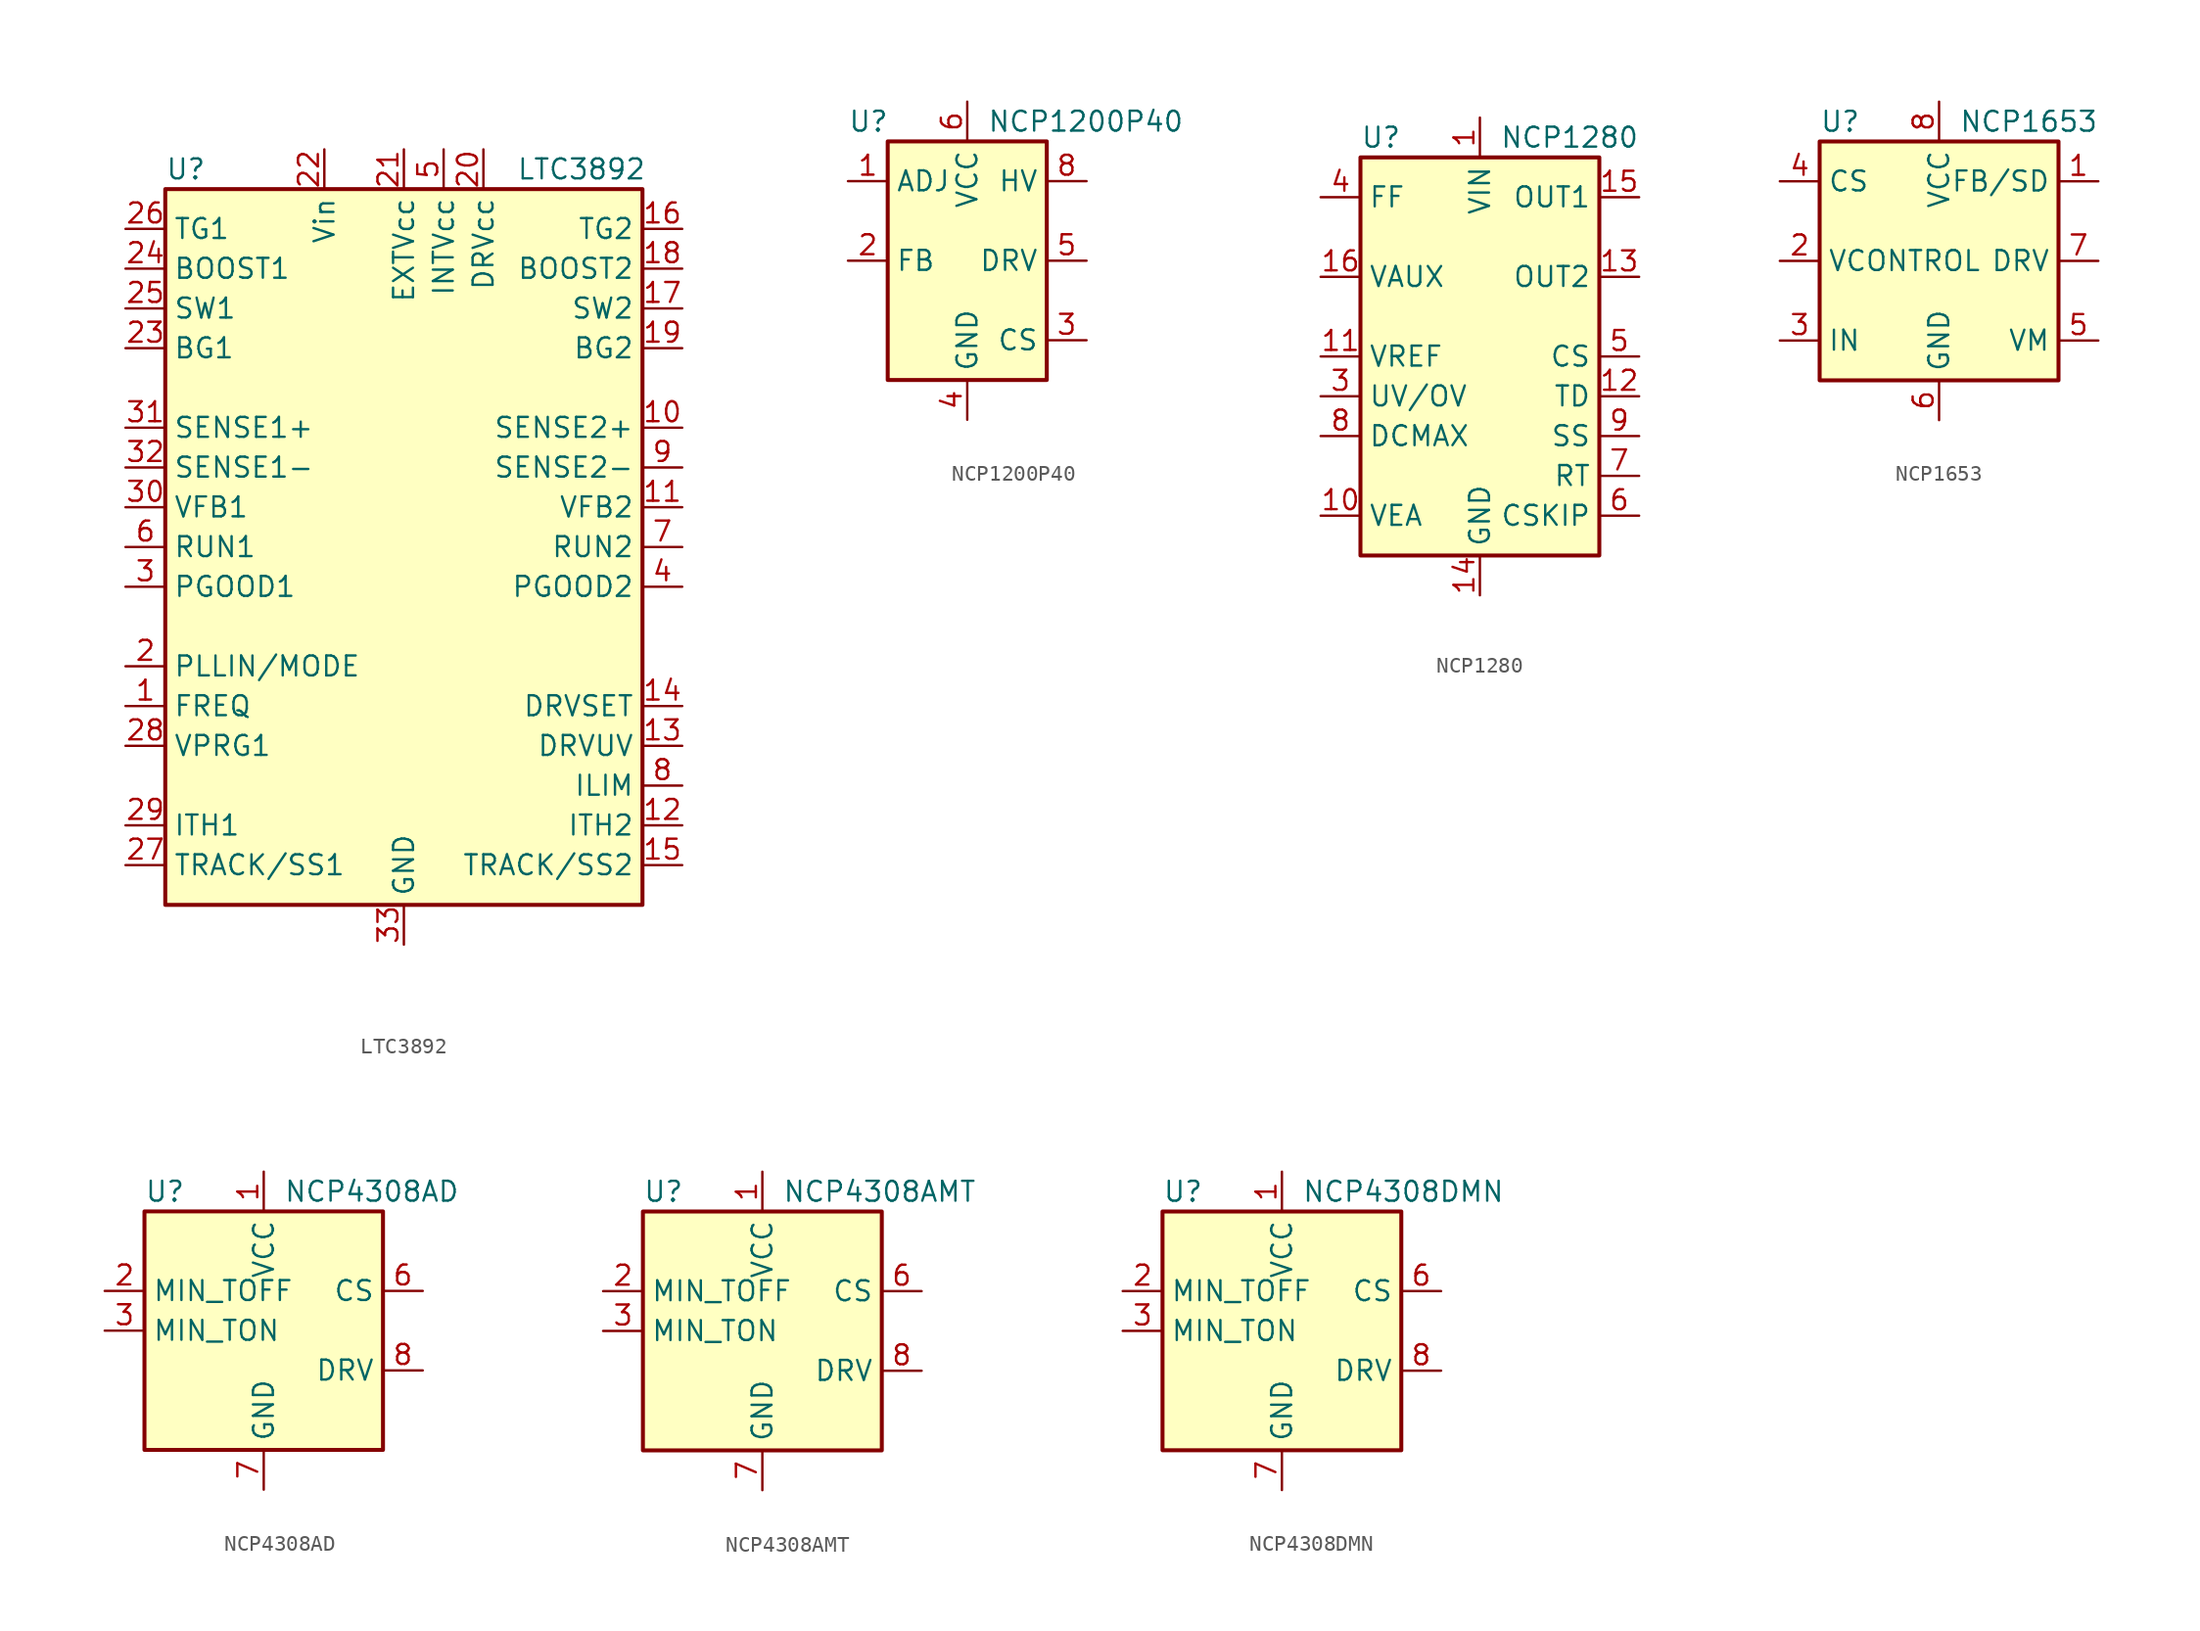
<source format=kicad_sym>
(kicad_symbol_lib
  (version 20220914)
  (generator kicad_symbol_editor)
  (symbol "LTC3892"
    (property "Reference" "U"
      (at -15.24 24.13 0)
      (effects (font (size 1.27 1.27)) (justify left)))
    (property "Value" "LTC3892"
      (at 15.494 24.13 0)
      (effects (font (size 1.27 1.27)) (justify right)))
    (symbol "LTC3892_0_1"
      (rectangle (start -15.24 22.86) (end 15.24 -22.86) (stroke (width 0.254) (type default)) (fill (type background))))
    (symbol "LTC3892_1_1"
      (pin input line (at -17.78 -10.16 0) (length 2.54) (name "FREQ" (effects (font (size 1.27 1.27)))) (number "1" (effects (font (size 1.27 1.27)))))
      (pin input line (at 17.78 7.62 180) (length 2.54) (name "SENSE2+" (effects (font (size 1.27 1.27)))) (number "10" (effects (font (size 1.27 1.27)))))
      (pin input line (at 17.78 2.54 180) (length 2.54) (name "VFB2" (effects (font (size 1.27 1.27)))) (number "11" (effects (font (size 1.27 1.27)))))
      (pin passive line (at 17.78 -17.78 180) (length 2.54) (name "ITH2" (effects (font (size 1.27 1.27)))) (number "12" (effects (font (size 1.27 1.27)))))
      (pin input line (at 17.78 -12.7 180) (length 2.54) (name "DRVUV" (effects (font (size 1.27 1.27)))) (number "13" (effects (font (size 1.27 1.27)))))
      (pin input line (at 17.78 -10.16 180) (length 2.54) (name "DRVSET" (effects (font (size 1.27 1.27)))) (number "14" (effects (font (size 1.27 1.27)))))
      (pin input line (at 17.78 -20.32 180) (length 2.54) (name "TRACK/SS2" (effects (font (size 1.27 1.27)))) (number "15" (effects (font (size 1.27 1.27)))))
      (pin output line (at 17.78 20.32 180) (length 2.54) (name "TG2" (effects (font (size 1.27 1.27)))) (number "16" (effects (font (size 1.27 1.27)))))
      (pin output line (at 17.78 15.24 180) (length 2.54) (name "SW2" (effects (font (size 1.27 1.27)))) (number "17" (effects (font (size 1.27 1.27)))))
      (pin output line (at 17.78 17.78 180) (length 2.54) (name "BOOST2" (effects (font (size 1.27 1.27)))) (number "18" (effects (font (size 1.27 1.27)))))
      (pin output line (at 17.78 12.7 180) (length 2.54) (name "BG2" (effects (font (size 1.27 1.27)))) (number "19" (effects (font (size 1.27 1.27)))))
      (pin input line (at -17.78 -7.62 0) (length 2.54) (name "PLLIN/MODE" (effects (font (size 1.27 1.27)))) (number "2" (effects (font (size 1.27 1.27)))))
      (pin power_out line (at 5.08 25.4 270) (length 2.54) (name "DRVcc" (effects (font (size 1.27 1.27)))) (number "20" (effects (font (size 1.27 1.27)))))
      (pin power_in line (at 0 25.4 270) (length 2.54) (name "EXTVcc" (effects (font (size 1.27 1.27)))) (number "21" (effects (font (size 1.27 1.27)))))
      (pin power_in line (at -5.08 25.4 270) (length 2.54) (name "Vin" (effects (font (size 1.27 1.27)))) (number "22" (effects (font (size 1.27 1.27)))))
      (pin output line (at -17.78 12.7 0) (length 2.54) (name "BG1" (effects (font (size 1.27 1.27)))) (number "23" (effects (font (size 1.27 1.27)))))
      (pin output line (at -17.78 17.78 0) (length 2.54) (name "BOOST1" (effects (font (size 1.27 1.27)))) (number "24" (effects (font (size 1.27 1.27)))))
      (pin output line (at -17.78 15.24 0) (length 2.54) (name "SW1" (effects (font (size 1.27 1.27)))) (number "25" (effects (font (size 1.27 1.27)))))
      (pin output line (at -17.78 20.32 0) (length 2.54) (name "TG1" (effects (font (size 1.27 1.27)))) (number "26" (effects (font (size 1.27 1.27)))))
      (pin input line (at -17.78 -20.32 0) (length 2.54) (name "TRACK/SS1" (effects (font (size 1.27 1.27)))) (number "27" (effects (font (size 1.27 1.27)))))
      (pin passive line (at -17.78 -12.7 0) (length 2.54) (name "VPRG1" (effects (font (size 1.27 1.27)))) (number "28" (effects (font (size 1.27 1.27)))))
      (pin passive line (at -17.78 -17.78 0) (length 2.54) (name "ITH1" (effects (font (size 1.27 1.27)))) (number "29" (effects (font (size 1.27 1.27)))))
      (pin output line (at -17.78 -2.54 0) (length 2.54) (name "PGOOD1" (effects (font (size 1.27 1.27)))) (number "3" (effects (font (size 1.27 1.27)))))
      (pin input line (at -17.78 2.54 0) (length 2.54) (name "VFB1" (effects (font (size 1.27 1.27)))) (number "30" (effects (font (size 1.27 1.27)))))
      (pin input line (at -17.78 7.62 0) (length 2.54) (name "SENSE1+" (effects (font (size 1.27 1.27)))) (number "31" (effects (font (size 1.27 1.27)))))
      (pin input line (at -17.78 5.08 0) (length 2.54) (name "SENSE1-" (effects (font (size 1.27 1.27)))) (number "32" (effects (font (size 1.27 1.27)))))
      (pin power_in line (at 0 -25.4 90) (length 2.54) (name "GND" (effects (font (size 1.27 1.27)))) (number "33" (effects (font (size 1.27 1.27)))))
      (pin output line (at 17.78 -2.54 180) (length 2.54) (name "PGOOD2" (effects (font (size 1.27 1.27)))) (number "4" (effects (font (size 1.27 1.27)))))
      (pin power_out line (at 2.54 25.4 270) (length 2.54) (name "INTVcc" (effects (font (size 1.27 1.27)))) (number "5" (effects (font (size 1.27 1.27)))))
      (pin input line (at -17.78 0 0) (length 2.54) (name "RUN1" (effects (font (size 1.27 1.27)))) (number "6" (effects (font (size 1.27 1.27)))))
      (pin input line (at 17.78 0 180) (length 2.54) (name "RUN2" (effects (font (size 1.27 1.27)))) (number "7" (effects (font (size 1.27 1.27)))))
      (pin input line (at 17.78 -15.24 180) (length 2.54) (name "ILIM" (effects (font (size 1.27 1.27)))) (number "8" (effects (font (size 1.27 1.27)))))
      (pin input line (at 17.78 5.08 180) (length 2.54) (name "SENSE2-" (effects (font (size 1.27 1.27)))) (number "9" (effects (font (size 1.27 1.27)))))))
  (symbol "NCP1200P40"
    (property "Reference" "U"
      (at -7.62 8.89 0)
      (effects (font (size 1.27 1.27)) (justify left)))
    (property "Value" "NCP1200P40"
      (at 1.27 8.89 0)
      (effects (font (size 1.27 1.27)) (justify left)))
    (symbol "NCP1200P40_0_0"
      (rectangle (start -5.08 7.62) (end 5.08 -7.62) (stroke (width 0.254) (type default)) (fill (type background))))
    (symbol "NCP1200P40_1_1"
      (pin input line (at -7.62 5.08 0) (length 2.54) (name "ADJ" (effects (font (size 1.27 1.27)))) (number "1" (effects (font (size 1.27 1.27)))))
      (pin input line (at -7.62 0 0) (length 2.54) (name "FB" (effects (font (size 1.27 1.27)))) (number "2" (effects (font (size 1.27 1.27)))))
      (pin input line (at 7.62 -5.08 180) (length 2.54) (name "CS" (effects (font (size 1.27 1.27)))) (number "3" (effects (font (size 1.27 1.27)))))
      (pin power_in line (at 0 -10.16 90) (length 2.54) (name "GND" (effects (font (size 1.27 1.27)))) (number "4" (effects (font (size 1.27 1.27)))))
      (pin output line (at 7.62 0 180) (length 2.54) (name "DRV" (effects (font (size 1.27 1.27)))) (number "5" (effects (font (size 1.27 1.27)))))
      (pin power_in line (at 0 10.16 270) (length 2.54) (name "VCC" (effects (font (size 1.27 1.27)))) (number "6" (effects (font (size 1.27 1.27)))))
      (pin no_connect line (at -5.08 2.54 0) (length 2.54) hide (name "NC" (effects (font (size 1.27 1.27)))) (number "7" (effects (font (size 1.27 1.27)))))
      (pin input line (at 7.62 5.08 180) (length 2.54) (name "HV" (effects (font (size 1.27 1.27)))) (number "8" (effects (font (size 1.27 1.27)))))))
  (symbol "NCP1280"
    (property "Reference" "U"
      (at -7.62 13.97 0)
      (effects (font (size 1.27 1.27)) (justify left)))
    (property "Value" "NCP1280"
      (at 1.27 13.97 0)
      (effects (font (size 1.27 1.27)) (justify left)))
    (symbol "NCP1280_0_0"
      (rectangle (start -7.62 12.7) (end 7.62 -12.7) (stroke (width 0.254) (type default)) (fill (type background))))
    (symbol "NCP1280_1_1"
      (pin power_in line (at 0 15.24 270) (length 2.54) (name "VIN" (effects (font (size 1.27 1.27)))) (number "1" (effects (font (size 1.27 1.27)))))
      (pin input line (at -10.16 -10.16 0) (length 2.54) (name "VEA" (effects (font (size 1.27 1.27)))) (number "10" (effects (font (size 1.27 1.27)))))
      (pin output line (at -10.16 0 0) (length 2.54) (name "VREF" (effects (font (size 1.27 1.27)))) (number "11" (effects (font (size 1.27 1.27)))))
      (pin passive line (at 10.16 -2.54 180) (length 2.54) (name "TD" (effects (font (size 1.27 1.27)))) (number "12" (effects (font (size 1.27 1.27)))))
      (pin output line (at 10.16 5.08 180) (length 2.54) (name "OUT2" (effects (font (size 1.27 1.27)))) (number "13" (effects (font (size 1.27 1.27)))))
      (pin power_in line (at 0 -15.24 90) (length 2.54) (name "GND" (effects (font (size 1.27 1.27)))) (number "14" (effects (font (size 1.27 1.27)))))
      (pin output line (at 10.16 10.16 180) (length 2.54) (name "OUT1" (effects (font (size 1.27 1.27)))) (number "15" (effects (font (size 1.27 1.27)))))
      (pin power_in line (at -10.16 5.08 0) (length 2.54) (name "VAUX" (effects (font (size 1.27 1.27)))) (number "16" (effects (font (size 1.27 1.27)))))
      (pin no_connect line (at -7.62 7.62 0) (length 2.54) hide (name "NC" (effects (font (size 1.27 1.27)))) (number "2" (effects (font (size 1.27 1.27)))))
      (pin input line (at -10.16 -2.54 0) (length 2.54) (name "UV/OV" (effects (font (size 1.27 1.27)))) (number "3" (effects (font (size 1.27 1.27)))))
      (pin passive line (at -10.16 10.16 0) (length 2.54) (name "FF" (effects (font (size 1.27 1.27)))) (number "4" (effects (font (size 1.27 1.27)))))
      (pin input line (at 10.16 0 180) (length 2.54) (name "CS" (effects (font (size 1.27 1.27)))) (number "5" (effects (font (size 1.27 1.27)))))
      (pin passive line (at 10.16 -10.16 180) (length 2.54) (name "CSKIP" (effects (font (size 1.27 1.27)))) (number "6" (effects (font (size 1.27 1.27)))))
      (pin passive line (at 10.16 -7.62 180) (length 2.54) (name "RT" (effects (font (size 1.27 1.27)))) (number "7" (effects (font (size 1.27 1.27)))))
      (pin input line (at -10.16 -5.08 0) (length 2.54) (name "DCMAX" (effects (font (size 1.27 1.27)))) (number "8" (effects (font (size 1.27 1.27)))))
      (pin passive line (at 10.16 -5.08 180) (length 2.54) (name "SS" (effects (font (size 1.27 1.27)))) (number "9" (effects (font (size 1.27 1.27)))))))
  (symbol "NCP1653"
    (property "Reference" "U"
      (at -7.62 8.89 0)
      (effects (font (size 1.27 1.27)) (justify left)))
    (property "Value" "NCP1653"
      (at 1.27 8.89 0)
      (effects (font (size 1.27 1.27)) (justify left)))
    (symbol "NCP1653_0_0"
      (rectangle (start -7.62 7.62) (end 7.62 -7.62) (stroke (width 0.254) (type default)) (fill (type background))))
    (symbol "NCP1653_1_1"
      (pin input line (at 10.16 5.08 180) (length 2.54) (name "FB/SD" (effects (font (size 1.27 1.27)))) (number "1" (effects (font (size 1.27 1.27)))))
      (pin passive line (at -10.16 0 0) (length 2.54) (name "VCONTROL" (effects (font (size 1.27 1.27)))) (number "2" (effects (font (size 1.27 1.27)))))
      (pin input line (at -10.16 -5.08 0) (length 2.54) (name "IN" (effects (font (size 1.27 1.27)))) (number "3" (effects (font (size 1.27 1.27)))))
      (pin input line (at -10.16 5.08 0) (length 2.54) (name "CS" (effects (font (size 1.27 1.27)))) (number "4" (effects (font (size 1.27 1.27)))))
      (pin passive line (at 10.16 -5.08 180) (length 2.54) (name "VM" (effects (font (size 1.27 1.27)))) (number "5" (effects (font (size 1.27 1.27)))))
      (pin power_in line (at 0 -10.16 90) (length 2.54) (name "GND" (effects (font (size 1.27 1.27)))) (number "6" (effects (font (size 1.27 1.27)))))
      (pin output line (at 10.16 0 180) (length 2.54) (name "DRV" (effects (font (size 1.27 1.27)))) (number "7" (effects (font (size 1.27 1.27)))))
      (pin power_in line (at 0 10.16 270) (length 2.54) (name "VCC" (effects (font (size 1.27 1.27)))) (number "8" (effects (font (size 1.27 1.27)))))))
  (symbol "NCP4308AD"
    (property "Reference" "U"
      (at -7.62 8.89 0)
      (effects (font (size 1.27 1.27)) (justify left)))
    (property "Value" "NCP4308AD"
      (at 1.27 8.89 0)
      (effects (font (size 1.27 1.27)) (justify left)))
    (symbol "NCP4308AD_0_1"
      (rectangle (start -7.62 7.62) (end 7.62 -7.62) (stroke (width 0.254) (type default)) (fill (type background))))
    (symbol "NCP4308AD_1_1"
      (pin power_in line (at 0 10.16 270) (length 2.54) (name "VCC" (effects (font (size 1.27 1.27)))) (number "1" (effects (font (size 1.27 1.27)))))
      (pin passive line (at -10.16 2.54 0) (length 2.54) (name "MIN_TOFF" (effects (font (size 1.27 1.27)))) (number "2" (effects (font (size 1.27 1.27)))))
      (pin passive line (at -10.16 0 0) (length 2.54) (name "MIN_TON" (effects (font (size 1.27 1.27)))) (number "3" (effects (font (size 1.27 1.27)))))
      (pin no_connect line (at 7.62 -5.08 180) (length 2.54) hide (name "NC" (effects (font (size 1.27 1.27)))) (number "4" (effects (font (size 1.27 1.27)))))
      (pin no_connect line (at 7.62 -7.62 180) (length 2.54) hide (name "NC" (effects (font (size 1.27 1.27)))) (number "5" (effects (font (size 1.27 1.27)))))
      (pin input line (at 10.16 2.54 180) (length 2.54) (name "CS" (effects (font (size 1.27 1.27)))) (number "6" (effects (font (size 1.27 1.27)))))
      (pin power_in line (at 0 -10.16 90) (length 2.54) (name "GND" (effects (font (size 1.27 1.27)))) (number "7" (effects (font (size 1.27 1.27)))))
      (pin output line (at 10.16 -2.54 180) (length 2.54) (name "DRV" (effects (font (size 1.27 1.27)))) (number "8" (effects (font (size 1.27 1.27)))))))
  (symbol "NCP4308AMT"
    (property "Reference" "U"
      (at -7.62 8.89 0)
      (effects (font (size 1.27 1.27)) (justify left)))
    (property "Value" "NCP4308AMT"
      (at 1.27 8.89 0)
      (effects (font (size 1.27 1.27)) (justify left)))
    (symbol "NCP4308AMT_0_1"
      (rectangle (start -7.62 7.62) (end 7.62 -7.62) (stroke (width 0.254) (type default)) (fill (type background))))
    (symbol "NCP4308AMT_1_1"
      (pin power_in line (at 0 10.16 270) (length 2.54) (name "VCC" (effects (font (size 1.27 1.27)))) (number "1" (effects (font (size 1.27 1.27)))))
      (pin passive line (at -10.16 2.54 0) (length 2.54) (name "MIN_TOFF" (effects (font (size 1.27 1.27)))) (number "2" (effects (font (size 1.27 1.27)))))
      (pin passive line (at -10.16 0 0) (length 2.54) (name "MIN_TON" (effects (font (size 1.27 1.27)))) (number "3" (effects (font (size 1.27 1.27)))))
      (pin no_connect line (at 7.62 -5.08 180) (length 2.54) hide (name "NC" (effects (font (size 1.27 1.27)))) (number "4" (effects (font (size 1.27 1.27)))))
      (pin no_connect line (at 7.62 -7.62 180) (length 2.54) hide (name "NC" (effects (font (size 1.27 1.27)))) (number "5" (effects (font (size 1.27 1.27)))))
      (pin input line (at 10.16 2.54 180) (length 2.54) (name "CS" (effects (font (size 1.27 1.27)))) (number "6" (effects (font (size 1.27 1.27)))))
      (pin power_in line (at 0 -10.16 90) (length 2.54) (name "GND" (effects (font (size 1.27 1.27)))) (number "7" (effects (font (size 1.27 1.27)))))
      (pin output line (at 10.16 -2.54 180) (length 2.54) (name "DRV" (effects (font (size 1.27 1.27)))) (number "8" (effects (font (size 1.27 1.27)))))))
  (symbol "NCP4308DMN"
    (property "Reference" "U"
      (at -7.62 8.89 0)
      (effects (font (size 1.27 1.27)) (justify left)))
    (property "Value" "NCP4308DMN"
      (at 1.27 8.89 0)
      (effects (font (size 1.27 1.27)) (justify left)))
    (symbol "NCP4308DMN_0_1"
      (rectangle (start -7.62 7.62) (end 7.62 -7.62) (stroke (width 0.254) (type default)) (fill (type background))))
    (symbol "NCP4308DMN_1_1"
      (pin power_in line (at 0 10.16 270) (length 2.54) (name "VCC" (effects (font (size 1.27 1.27)))) (number "1" (effects (font (size 1.27 1.27)))))
      (pin passive line (at -10.16 2.54 0) (length 2.54) (name "MIN_TOFF" (effects (font (size 1.27 1.27)))) (number "2" (effects (font (size 1.27 1.27)))))
      (pin passive line (at -10.16 0 0) (length 2.54) (name "MIN_TON" (effects (font (size 1.27 1.27)))) (number "3" (effects (font (size 1.27 1.27)))))
      (pin no_connect line (at 7.62 -5.08 180) (length 2.54) hide (name "NC" (effects (font (size 1.27 1.27)))) (number "4" (effects (font (size 1.27 1.27)))))
      (pin no_connect line (at 7.62 -7.62 180) (length 2.54) hide (name "NC" (effects (font (size 1.27 1.27)))) (number "5" (effects (font (size 1.27 1.27)))))
      (pin input line (at 10.16 2.54 180) (length 2.54) (name "CS" (effects (font (size 1.27 1.27)))) (number "6" (effects (font (size 1.27 1.27)))))
      (pin power_in line (at 0 -10.16 90) (length 2.54) (name "GND" (effects (font (size 1.27 1.27)))) (number "7" (effects (font (size 1.27 1.27)))))
      (pin output line (at 10.16 -2.54 180) (length 2.54) (name "DRV" (effects (font (size 1.27 1.27)))) (number "8" (effects (font (size 1.27 1.27))))))))
</source>
